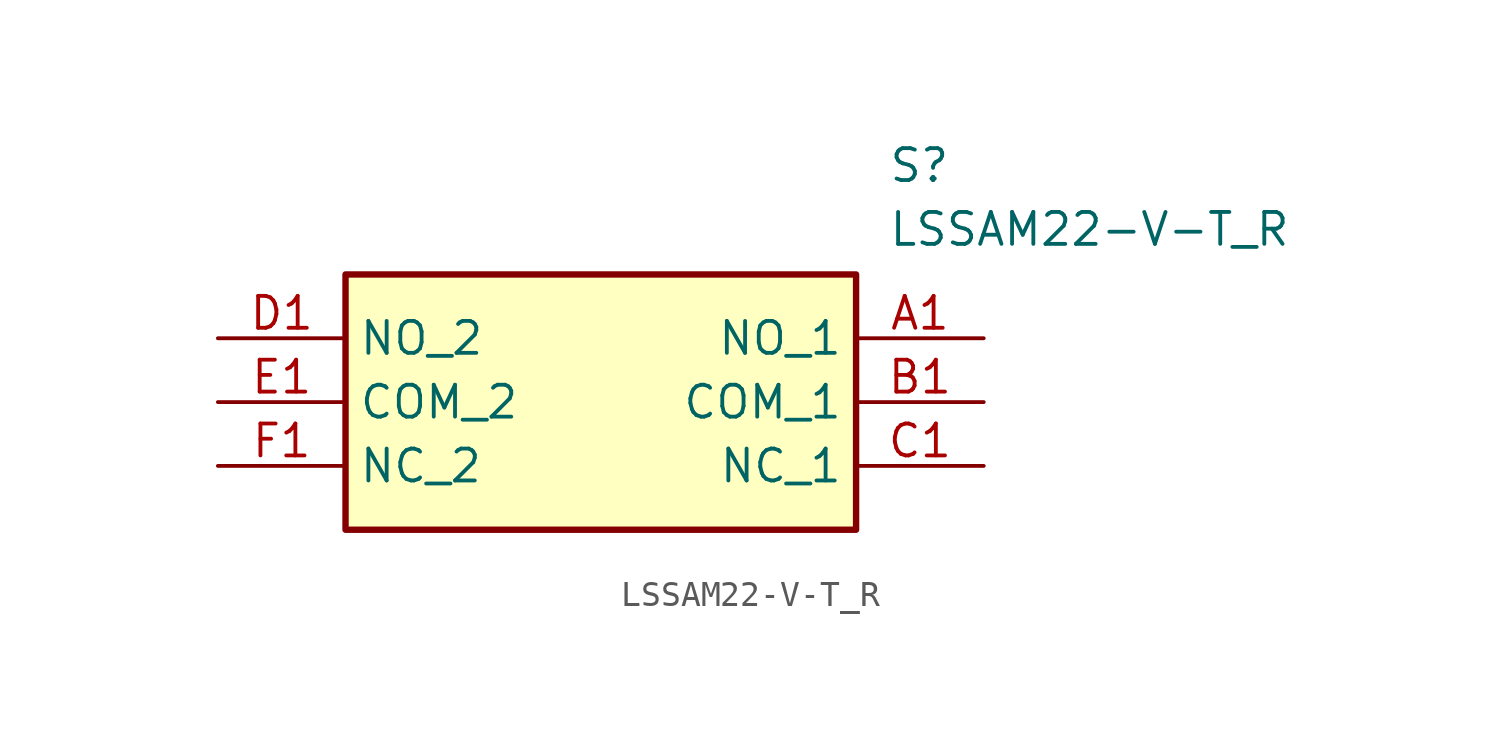
<source format=kicad_sym>
(kicad_symbol_lib
  (version 20211014)
  (generator SamacSys_ECAD_Model)
  (symbol "LSSAM22-V-T_R"
    (property "Reference" "S"
      (at 26.67 7.62 0)
      (effects (font (size 1.27 1.27)) (justify left top)))
    (property "Value" "LSSAM22-V-T_R"
      (at 26.67 5.08 0)
      (effects (font (size 1.27 1.27)) (justify left top)))
    (rectangle
      (start 5.08 2.54)
      (end 25.4 -7.62)
      (stroke (width 0.254) (type default))
      (fill (type background)))
    (pin passive line
      (at 30.48 0 180)
      (length 5.08)
      (name "NO_1" (effects (font (size 1.27 1.27))))
      (number "A1" (effects (font (size 1.27 1.27)))))
    (pin passive line
      (at 30.48 -2.54 180)
      (length 5.08)
      (name "COM_1" (effects (font (size 1.27 1.27))))
      (number "B1" (effects (font (size 1.27 1.27)))))
    (pin passive line
      (at 30.48 -5.08 180)
      (length 5.08)
      (name "NC_1" (effects (font (size 1.27 1.27))))
      (number "C1" (effects (font (size 1.27 1.27)))))
    (pin passive line
      (at 0 0 0)
      (length 5.08)
      (name "NO_2" (effects (font (size 1.27 1.27))))
      (number "D1" (effects (font (size 1.27 1.27)))))
    (pin passive line
      (at 0 -2.54 0)
      (length 5.08)
      (name "COM_2" (effects (font (size 1.27 1.27))))
      (number "E1" (effects (font (size 1.27 1.27)))))
    (pin passive line
      (at 0 -5.08 0)
      (length 5.08)
      (name "NC_2" (effects (font (size 1.27 1.27))))
      (number "F1" (effects (font (size 1.27 1.27)))))))
</source>
